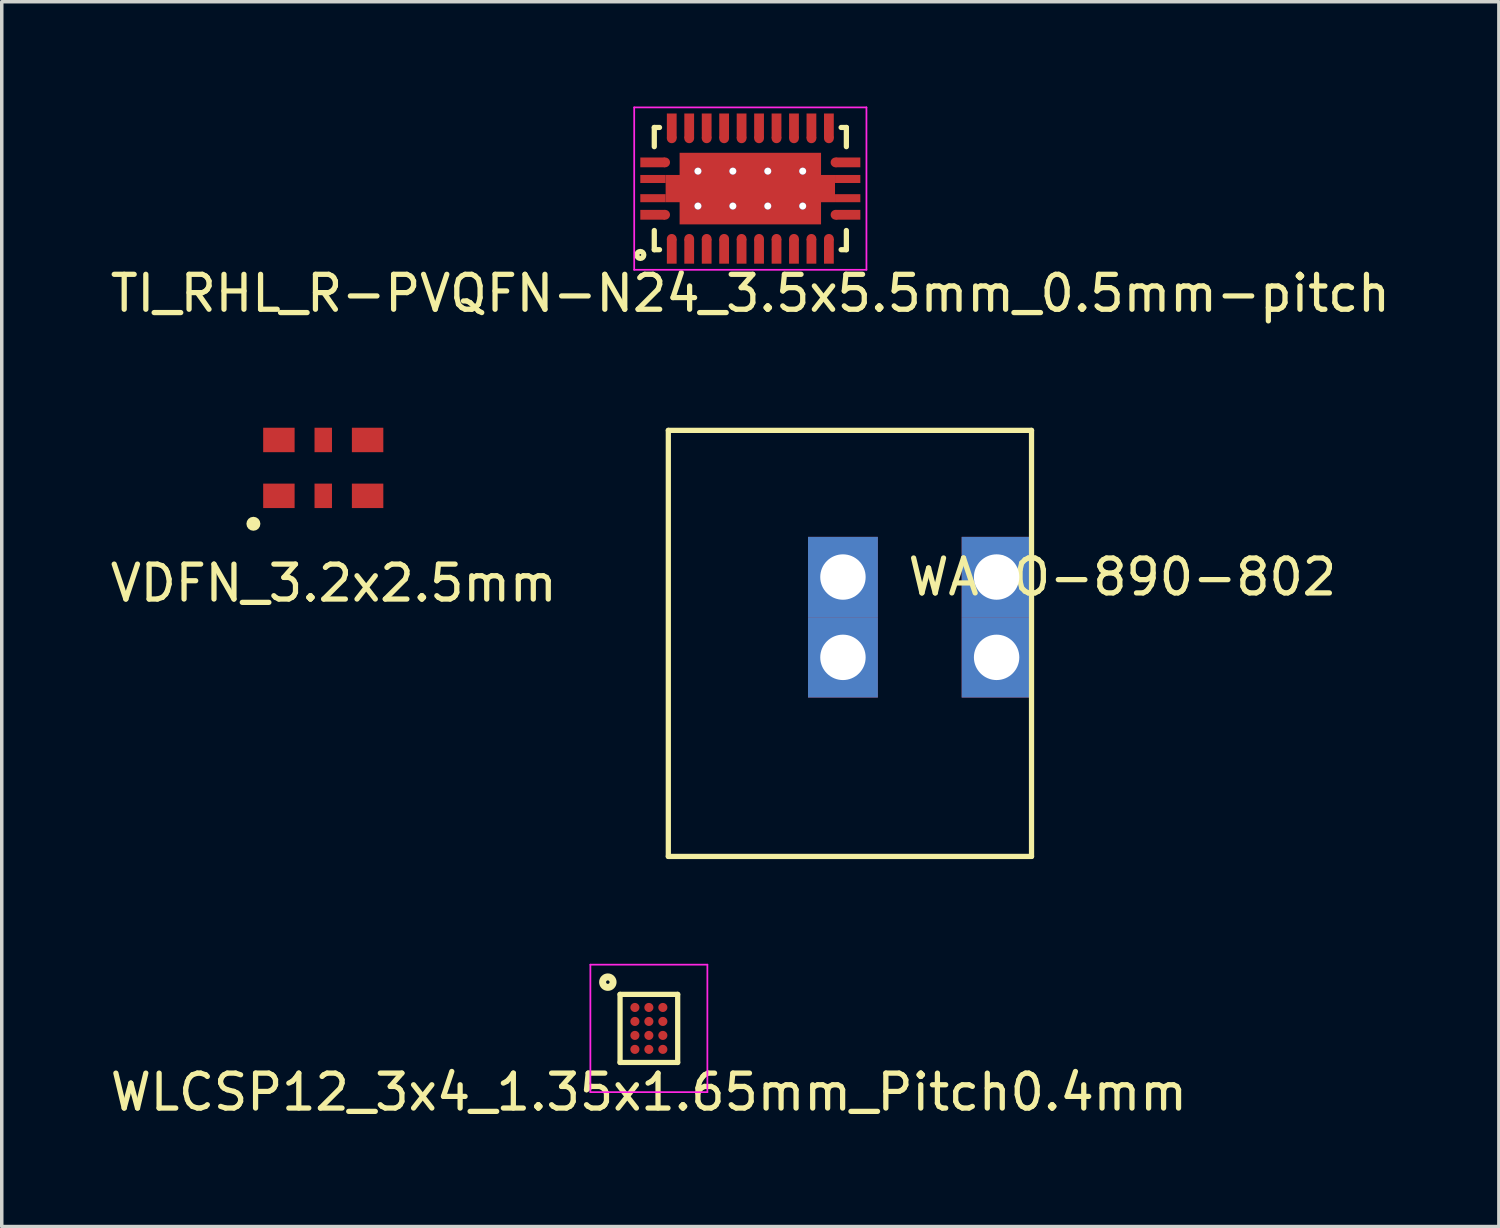
<source format=kicad_pcb>
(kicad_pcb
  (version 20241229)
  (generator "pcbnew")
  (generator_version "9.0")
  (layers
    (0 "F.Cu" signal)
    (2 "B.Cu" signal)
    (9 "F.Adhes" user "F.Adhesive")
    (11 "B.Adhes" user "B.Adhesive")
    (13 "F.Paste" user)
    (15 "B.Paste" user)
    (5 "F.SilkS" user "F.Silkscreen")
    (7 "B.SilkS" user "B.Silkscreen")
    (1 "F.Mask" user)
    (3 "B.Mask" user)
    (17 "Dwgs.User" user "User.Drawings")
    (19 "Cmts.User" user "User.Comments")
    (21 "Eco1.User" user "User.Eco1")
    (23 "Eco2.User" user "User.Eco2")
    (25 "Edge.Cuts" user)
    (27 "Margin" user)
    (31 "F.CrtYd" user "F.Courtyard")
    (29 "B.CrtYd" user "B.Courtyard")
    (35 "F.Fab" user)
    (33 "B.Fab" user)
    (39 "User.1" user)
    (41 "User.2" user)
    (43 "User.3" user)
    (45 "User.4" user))
  (footprint "TI_RHL_R-PVQFN-N24_3.5x5.5mm_0.5mm-pitch"
    (layer "F.Cu")
    (at 18.435 2.35)
    (property "Reference" "TI_RHL_R-PVQFN-N24_3.5x5.5mm_0.5mm-pitch" (at 0 3 0) (layer "F.SilkS") (effects (font (size 1 1) (thickness 0.15))))
    (attr through_hole)
    (fp_line (start -2.75 -1.75) (end -2.6 -1.75) (stroke (width 0.15) (type solid)) (layer "F.SilkS"))
    (fp_line (start -2.75 -1.2) (end -2.75 -1.75) (stroke (width 0.15) (type solid)) (layer "F.SilkS"))
    (fp_line (start -2.75 1.2) (end -2.75 1.75) (stroke (width 0.15) (type solid)) (layer "F.SilkS"))
    (fp_line (start -2.75 1.75) (end -2.6 1.75) (stroke (width 0.15) (type solid)) (layer "F.SilkS"))
    (fp_line (start 2.75 -1.75) (end 2.6 -1.75) (stroke (width 0.15) (type solid)) (layer "F.SilkS"))
    (fp_line (start 2.75 -1.2) (end 2.75 -1.75) (stroke (width 0.15) (type solid)) (layer "F.SilkS"))
    (fp_line (start 2.75 1.2) (end 2.75 1.75) (stroke (width 0.15) (type solid)) (layer "F.SilkS"))
    (fp_line (start 2.75 1.75) (end 2.6 1.75) (stroke (width 0.15) (type solid)) (layer "F.SilkS"))
    (fp_circle (center -3.15 1.9) (end -3.05 1.9) (stroke (width 0.15) (type solid)) (fill no) (layer "F.SilkS"))
    (fp_line (start -3.325 -2.325) (end -3.325 2.325) (stroke (width 0.05) (type solid)) (layer "F.CrtYd"))
    (fp_line (start -3.325 2.325) (end 3.325 2.325) (stroke (width 0.05) (type solid)) (layer "F.CrtYd"))
    (fp_line (start 3.325 -2.325) (end -3.325 -2.325) (stroke (width 0.05) (type solid)) (layer "F.CrtYd"))
    (fp_line (start 3.325 2.325) (end 3.325 -2.325) (stroke (width 0.05) (type solid)) (layer "F.CrtYd"))
    (pad "1" smd rect (at -2.795 0.75 270) (size 0.28 0.71) (layers "F.Cu" "F.Mask" "F.Paste"))
    (pad "1" smd circle (at -2.44 0.75) (size 0.28 0.28) (layers "F.Cu" "F.Mask" "F.Paste"))
    (pad "2" smd circle (at -2.25 1.44) (size 0.28 0.28) (layers "F.Cu" "F.Mask" "F.Paste"))
    (pad "2" smd rect (at -2.25 1.795) (size 0.28 0.71) (layers "F.Cu" "F.Mask" "F.Paste"))
    (pad "3" smd circle (at -1.75 1.44) (size 0.28 0.28) (layers "F.Cu" "F.Mask" "F.Paste"))
    (pad "3" smd rect (at -1.75 1.795) (size 0.28 0.71) (layers "F.Cu" "F.Mask" "F.Paste"))
    (pad "4" smd circle (at -1.25 1.44) (size 0.28 0.28) (layers "F.Cu" "F.Mask" "F.Paste"))
    (pad "4" smd rect (at -1.25 1.795) (size 0.28 0.71) (layers "F.Cu" "F.Mask" "F.Paste"))
    (pad "5" smd circle (at -0.75 1.44) (size 0.28 0.28) (layers "F.Cu" "F.Mask" "F.Paste"))
    (pad "5" smd rect (at -0.75 1.795) (size 0.28 0.71) (layers "F.Cu" "F.Mask" "F.Paste"))
    (pad "6" smd circle (at -0.25 1.44) (size 0.28 0.28) (layers "F.Cu" "F.Mask" "F.Paste"))
    (pad "6" smd rect (at -0.25 1.795) (size 0.28 0.71) (layers "F.Cu" "F.Mask" "F.Paste"))
    (pad "7" smd circle (at 0.25 1.44) (size 0.28 0.28) (layers "F.Cu" "F.Mask" "F.Paste"))
    (pad "7" smd rect (at 0.25 1.795) (size 0.28 0.71) (layers "F.Cu" "F.Mask" "F.Paste"))
    (pad "8" smd circle (at 0.75 1.44) (size 0.28 0.28) (layers "F.Cu" "F.Mask" "F.Paste"))
    (pad "8" smd rect (at 0.75 1.795) (size 0.28 0.71) (layers "F.Cu" "F.Mask" "F.Paste"))
    (pad "9" smd circle (at 1.25 1.44) (size 0.28 0.28) (layers "F.Cu" "F.Mask" "F.Paste"))
    (pad "9" smd rect (at 1.25 1.795) (size 0.28 0.71) (layers "F.Cu" "F.Mask" "F.Paste"))
    (pad "10" smd circle (at 1.75 1.44) (size 0.28 0.28) (layers "F.Cu" "F.Mask" "F.Paste"))
    (pad "10" smd rect (at 1.75 1.795) (size 0.28 0.71) (layers "F.Cu" "F.Mask" "F.Paste"))
    (pad "11" smd circle (at 2.25 1.44) (size 0.28 0.28) (layers "F.Cu" "F.Mask" "F.Paste"))
    (pad "11" smd rect (at 2.25 1.795) (size 0.28 0.71) (layers "F.Cu" "F.Mask" "F.Paste"))
    (pad "12" smd circle (at 2.44 0.75) (size 0.28 0.28) (layers "F.Cu" "F.Mask" "F.Paste"))
    (pad "12" smd rect (at 2.795 0.75 90) (size 0.28 0.71) (layers "F.Cu" "F.Mask" "F.Paste"))
    (pad "13" smd circle (at 2.44 -0.75) (size 0.28 0.28) (layers "F.Cu" "F.Mask" "F.Paste"))
    (pad "13" smd rect (at 2.795 -0.75 90) (size 0.28 0.71) (layers "F.Cu" "F.Mask" "F.Paste"))
    (pad "14" smd rect (at 2.25 -1.795 180) (size 0.28 0.71) (layers "F.Cu" "F.Mask" "F.Paste"))
    (pad "14" smd circle (at 2.25 -1.44) (size 0.28 0.28) (layers "F.Cu" "F.Mask" "F.Paste"))
    (pad "15" smd rect (at 1.75 -1.795 180) (size 0.28 0.71) (layers "F.Cu" "F.Mask" "F.Paste"))
    (pad "15" smd circle (at 1.75 -1.44) (size 0.28 0.28) (layers "F.Cu" "F.Mask" "F.Paste"))
    (pad "16" smd rect (at 1.25 -1.795 180) (size 0.28 0.71) (layers "F.Cu" "F.Mask" "F.Paste"))
    (pad "16" smd circle (at 1.25 -1.44) (size 0.28 0.28) (layers "F.Cu" "F.Mask" "F.Paste"))
    (pad "17" smd rect (at 0.75 -1.795 180) (size 0.28 0.71) (layers "F.Cu" "F.Mask" "F.Paste"))
    (pad "17" smd circle (at 0.75 -1.44) (size 0.28 0.28) (layers "F.Cu" "F.Mask" "F.Paste"))
    (pad "18" smd rect (at 0.25 -1.795 180) (size 0.28 0.71) (layers "F.Cu" "F.Mask" "F.Paste"))
    (pad "18" smd circle (at 0.25 -1.44) (size 0.28 0.28) (layers "F.Cu" "F.Mask" "F.Paste"))
    (pad "19" smd rect (at -0.25 -1.795 180) (size 0.28 0.71) (layers "F.Cu" "F.Mask" "F.Paste"))
    (pad "19" smd circle (at -0.25 -1.44) (size 0.28 0.28) (layers "F.Cu" "F.Mask" "F.Paste"))
    (pad "20" smd rect (at -0.75 -1.795 180) (size 0.28 0.71) (layers "F.Cu" "F.Mask" "F.Paste"))
    (pad "20" smd circle (at -0.75 -1.44) (size 0.28 0.28) (layers "F.Cu" "F.Mask" "F.Paste"))
    (pad "21" smd rect (at -1.25 -1.795 180) (size 0.28 0.71) (layers "F.Cu" "F.Mask" "F.Paste"))
    (pad "21" smd circle (at -1.25 -1.44) (size 0.28 0.28) (layers "F.Cu" "F.Mask" "F.Paste"))
    (pad "22" smd rect (at -1.75 -1.795 180) (size 0.28 0.71) (layers "F.Cu" "F.Mask" "F.Paste"))
    (pad "22" smd circle (at -1.75 -1.44) (size 0.28 0.28) (layers "F.Cu" "F.Mask" "F.Paste"))
    (pad "23" smd rect (at -2.25 -1.795 180) (size 0.28 0.71) (layers "F.Cu" "F.Mask" "F.Paste"))
    (pad "23" smd circle (at -2.25 -1.44) (size 0.28 0.28) (layers "F.Cu" "F.Mask" "F.Paste"))
    (pad "24" smd rect (at -2.795 -0.75 270) (size 0.28 0.71) (layers "F.Cu" "F.Mask" "F.Paste"))
    (pad "24" smd circle (at -2.44 -0.75) (size 0.28 0.28) (layers "F.Cu" "F.Mask" "F.Paste"))
    (pad "PAD" smd rect (at -2.788 -0.275) (size 0.725 0.23) (layers "F.Cu" "F.Mask" "F.Paste"))
    (pad "PAD" smd rect (at -2.788 0.275) (size 0.725 0.23) (layers "F.Cu" "F.Mask" "F.Paste"))
    (pad "PAD" thru_hole circle (at -1.5 -0.5) (size 0.2 0.2) (drill 0.2) (layers "*.Cu" "*.Mask"))
    (pad "PAD" thru_hole circle (at -1.5 0.5) (size 0.2 0.2) (drill 0.2) (layers "*.Cu" "*.Mask"))
    (pad "PAD" thru_hole circle (at -0.5 -0.5) (size 0.2 0.2) (drill 0.2) (layers "*.Cu" "*.Mask"))
    (pad "PAD" thru_hole circle (at -0.5 0.5) (size 0.2 0.2) (drill 0.2) (layers "*.Cu" "*.Mask"))
    (pad "PAD" smd rect (at 0 0) (size 4.05 2.05) (layers "F.Cu" "F.Mask" "F.Paste"))
    (pad "PAD" smd rect (at 0 0) (size 4.85 0.78) (layers "F.Cu" "F.Mask" "F.Paste"))
    (pad "PAD" thru_hole circle (at 0.5 -0.5) (size 0.2 0.2) (drill 0.2) (layers "*.Cu" "*.Mask"))
    (pad "PAD" thru_hole circle (at 0.5 0.5) (size 0.2 0.2) (drill 0.2) (layers "*.Cu" "*.Mask"))
    (pad "PAD" thru_hole circle (at 1.5 -0.5) (size 0.2 0.2) (drill 0.2) (layers "*.Cu" "*.Mask"))
    (pad "PAD" thru_hole circle (at 1.5 0.5) (size 0.2 0.2) (drill 0.2) (layers "*.Cu" "*.Mask"))
    (pad "PAD" smd rect (at 2.788 -0.275) (size 0.725 0.23) (layers "F.Cu" "F.Mask" "F.Paste"))
    (pad "PAD" smd rect (at 2.788 0.275) (size 0.725 0.23) (layers "F.Cu" "F.Mask" "F.Paste")))
  (footprint "WLCSP12_3x4_1.35x1.65mm_Pitch0.4mm"
    (layer "F.Cu")
    (at 15.53 26.398)
    (property "Reference" "WLCSP12_3x4_1.35x1.65mm_Pitch0.4mm" (at 0 1.825 0) (layer "F.SilkS") (effects (font (size 1 1) (thickness 0.15))))
    (attr through_hole)
    (fp_line (start -0.825 -0.975) (end -0.825 0.975) (stroke (width 0.15) (type solid)) (layer "F.SilkS"))
    (fp_line (start -0.825 0.975) (end 0.825 0.975) (stroke (width 0.15) (type solid)) (layer "F.SilkS"))
    (fp_line (start 0.825 -0.975) (end -0.825 -0.975) (stroke (width 0.15) (type solid)) (layer "F.SilkS"))
    (fp_line (start 0.825 0.975) (end 0.825 -0.975) (stroke (width 0.15) (type solid)) (layer "F.SilkS"))
    (fp_circle (center -1.175 -1.325) (end -1.025 -1.325) (stroke (width 0.2) (type solid)) (fill no) (layer "F.SilkS"))
    (fp_line (start -1.675 -1.825) (end -1.675 1.825) (stroke (width 0.05) (type solid)) (layer "F.CrtYd"))
    (fp_line (start -1.675 1.825) (end 1.675 1.825) (stroke (width 0.05) (type solid)) (layer "F.CrtYd"))
    (fp_line (start 1.675 -1.825) (end -1.675 -1.825) (stroke (width 0.05) (type solid)) (layer "F.CrtYd"))
    (fp_line (start 1.675 1.825) (end 1.675 -1.825) (stroke (width 0.05) (type solid)) (layer "F.CrtYd"))
    (pad "A1" smd circle (at -0.4 -0.6) (size 0.26 0.26) (layers "F.Cu" "F.Mask" "F.Paste"))
    (pad "A2" smd circle (at 0 -0.6) (size 0.26 0.26) (layers "F.Cu" "F.Mask" "F.Paste"))
    (pad "A3" smd circle (at 0.4 -0.6) (size 0.26 0.26) (layers "F.Cu" "F.Mask" "F.Paste"))
    (pad "B1" smd circle (at -0.4 -0.2) (size 0.26 0.26) (layers "F.Cu" "F.Mask" "F.Paste"))
    (pad "B2" smd circle (at 0 -0.2) (size 0.26 0.26) (layers "F.Cu" "F.Mask" "F.Paste"))
    (pad "B3" smd circle (at 0.4 -0.2) (size 0.26 0.26) (layers "F.Cu" "F.Mask" "F.Paste"))
    (pad "C1" smd circle (at -0.4 0.2) (size 0.26 0.26) (layers "F.Cu" "F.Mask" "F.Paste"))
    (pad "C2" smd circle (at 0 0.2) (size 0.26 0.26) (layers "F.Cu" "F.Mask" "F.Paste"))
    (pad "C3" smd circle (at 0.4 0.2) (size 0.26 0.26) (layers "F.Cu" "F.Mask" "F.Paste"))
    (pad "D1" smd circle (at -0.4 0.6) (size 0.26 0.26) (layers "F.Cu" "F.Mask" "F.Paste"))
    (pad "D2" smd circle (at 0 0.6) (size 0.26 0.26) (layers "F.Cu" "F.Mask" "F.Paste"))
    (pad "D3" smd circle (at 0.4 0.6) (size 0.26 0.26) (layers "F.Cu" "F.Mask" "F.Paste")))
  (footprint "WAGO-890-802"
    (layer "F.Cu")
    (at 21.087 13.473)
    (property "Reference" "WAGO-890-802" (at 8 0 0) (layer "F.SilkS") (effects (font (size 1 1) (thickness 0.15))))
    (attr through_hole)
    (fp_line (start -5 -4.2) (end -5 8) (stroke (width 0.15) (type solid)) (layer "F.SilkS"))
    (fp_line (start -5 8) (end 5.4 8) (stroke (width 0.15) (type solid)) (layer "F.SilkS"))
    (fp_line (start 5.4 -4.2) (end -5 -4.2) (stroke (width 0.15) (type solid)) (layer "F.SilkS"))
    (fp_line (start 5.4 8) (end 5.4 -4.2) (stroke (width 0.15) (type solid)) (layer "F.SilkS"))
    (pad "1" thru_hole rect (at 0 0) (size 2 2.3) (drill 1.3) (layers "F.Cu" "F.Mask" "F.Paste"))
    (pad "1" thru_hole rect (at 0 2.3) (size 2 2.3) (drill 1.3) (layers "F.Cu" "F.Mask" "F.Paste"))
    (pad "2" thru_hole rect (at 4.4 0) (size 2 2.3) (drill 1.3) (layers "F.Cu" "F.Mask" "F.Paste"))
    (pad "2" thru_hole rect (at 4.4 2.3) (size 2 2.3) (drill 1.3) (layers "F.Cu" "F.Mask" "F.Paste")))
  (footprint "VDFN_3.2x2.5mm"
    (layer "F.Cu")
    (at 6.206 10.348)
    (property "Reference" "VDFN_3.2x2.5mm" (at 0.3 3.3 0) (layer "F.SilkS") (effects (font (size 1 1) (thickness 0.15))))
    (attr through_hole)
    (fp_circle (center -2 1.6) (end -1.9 1.6) (stroke (width 0.2) (type solid)) (fill no) (layer "F.SilkS"))
    (pad "1" smd rect (at -1.27 0.8) (size 0.9 0.7) (layers "F.Cu" "F.Mask" "F.Paste"))
    (pad "2" smd rect (at 0 0.8) (size 0.5 0.7) (layers "F.Cu" "F.Mask" "F.Paste"))
    (pad "3" smd rect (at 1.27 0.8) (size 0.9 0.7) (layers "F.Cu" "F.Mask" "F.Paste"))
    (pad "4" smd rect (at 1.27 -0.8) (size 0.9 0.7) (layers "F.Cu" "F.Mask" "F.Paste"))
    (pad "5" smd rect (at 0 -0.8) (size 0.5 0.7) (layers "F.Cu" "F.Mask" "F.Paste"))
    (pad "6" smd rect (at -1.27 -0.8) (size 0.9 0.7) (layers "F.Cu" "F.Mask" "F.Paste")))
  (gr_rect
    (start -3 -3)
    (end 39.869 32.072)
    (stroke (width 0.1) (type default))
    (fill no)
    (layer "Edge.Cuts")))
</source>
